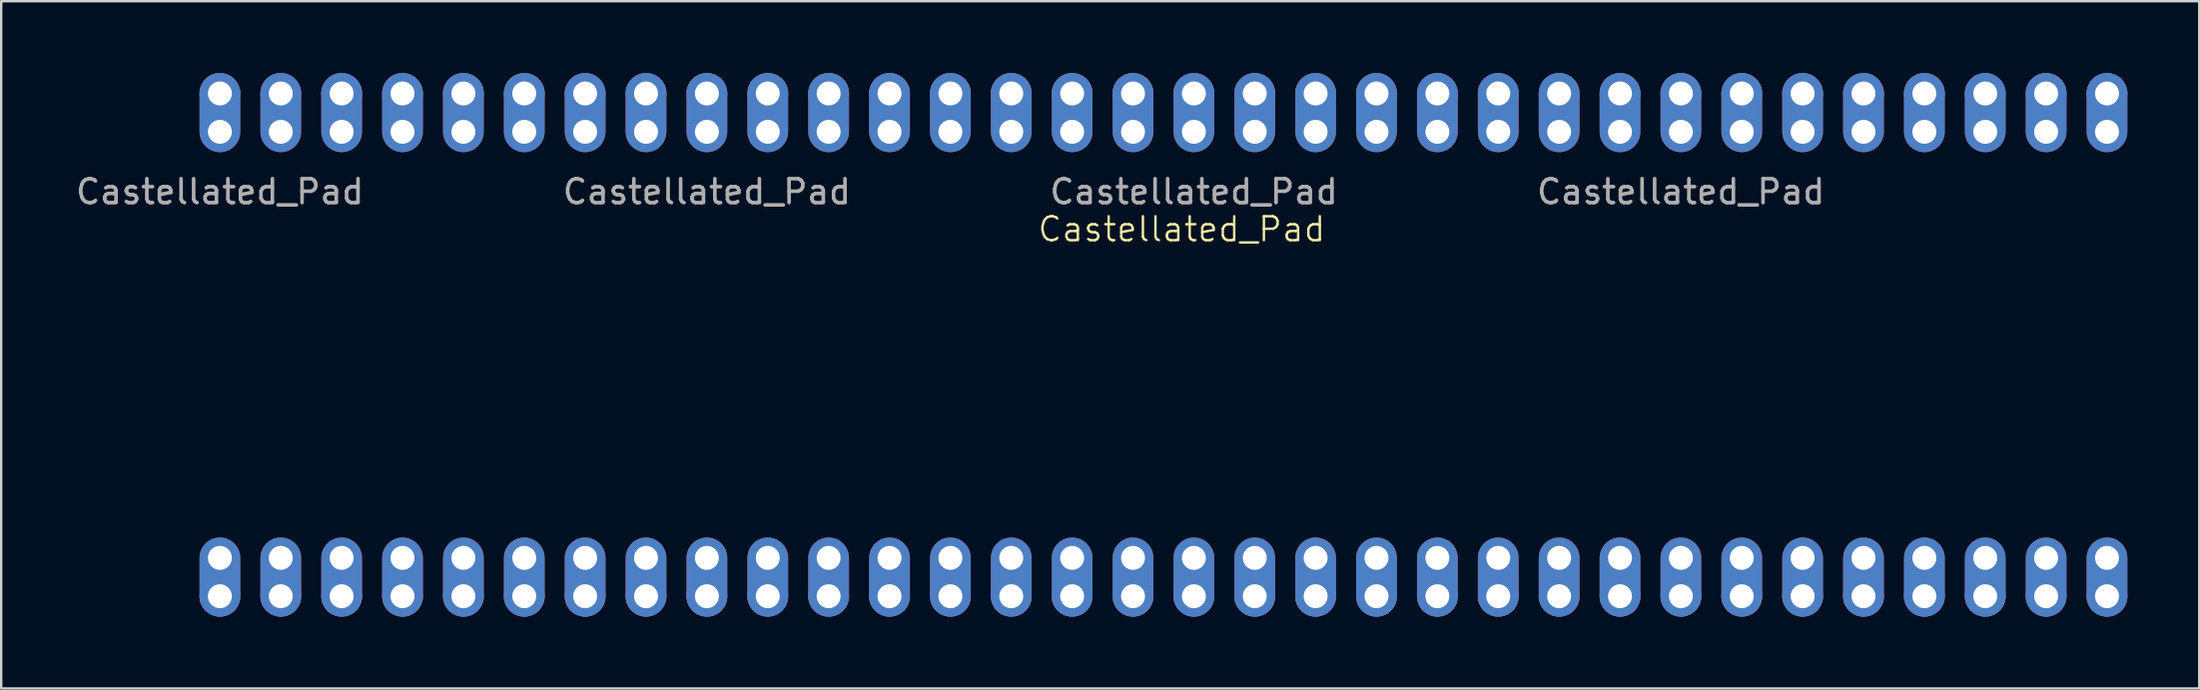
<source format=kicad_pcb>
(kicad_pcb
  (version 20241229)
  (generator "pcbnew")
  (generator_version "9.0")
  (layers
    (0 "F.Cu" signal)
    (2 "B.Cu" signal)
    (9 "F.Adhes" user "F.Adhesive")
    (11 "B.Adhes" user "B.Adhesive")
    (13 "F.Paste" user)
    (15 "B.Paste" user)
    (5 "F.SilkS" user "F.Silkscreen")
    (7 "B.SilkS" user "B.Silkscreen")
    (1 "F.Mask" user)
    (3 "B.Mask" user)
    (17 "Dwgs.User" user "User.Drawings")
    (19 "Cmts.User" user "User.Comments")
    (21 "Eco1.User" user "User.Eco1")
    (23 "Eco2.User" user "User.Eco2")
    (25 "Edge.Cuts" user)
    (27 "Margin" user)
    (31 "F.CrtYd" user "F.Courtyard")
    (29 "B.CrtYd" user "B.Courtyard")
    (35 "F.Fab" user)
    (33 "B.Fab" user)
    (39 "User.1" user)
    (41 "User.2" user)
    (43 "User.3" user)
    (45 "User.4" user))
  (footprint "Castellated_Pad"
    (layer "F.Cu")
    (at 6.125 2.45)
    (property "Reference" "Castellated_Pad" (at 40.132 4.064 0) (unlocked yes) (layer "F.SilkS") (effects (font (size 1 1) (thickness 0.1))))
    (attr smd)
    (fp_text user "${REFERENCE}" (at 20.32 2.5 0) (unlocked yes) (layer "F.Fab") (effects (font (size 1 1) (thickness 0.15))))
    (fp_text user "${REFERENCE}" (at 0 2.5 0) (unlocked yes) (layer "F.Fab") (effects (font (size 1 1) (thickness 0.15))))
    (fp_text user "${REFERENCE}" (at 60.96 2.5 0) (unlocked yes) (layer "F.Fab") (effects (font (size 1 1) (thickness 0.15))))
    (fp_text user "${REFERENCE}" (at 40.64 2.5 0) (unlocked yes) (layer "F.Fab") (effects (font (size 1 1) (thickness 0.15))))
    (pad "1" thru_hole oval (at 0 17.78 180) (size 1.7 3.3) (drill 1 (offset 0 -0.8)) (layers "*.Cu" "*.Mask"))
    (pad "1" thru_hole circle (at 0 19.38 180) (size 1.7 1.7) (drill 1) (layers "*.Cu" "*.Mask"))
    (pad "2" thru_hole oval (at 2.54 17.78 180) (size 1.7 3.3) (drill 1 (offset 0 -0.8)) (layers "*.Cu" "*.Mask"))
    (pad "2" thru_hole circle (at 2.54 19.38 180) (size 1.7 1.7) (drill 1) (layers "*.Cu" "*.Mask"))
    (pad "3" thru_hole oval (at 5.08 17.78 180) (size 1.7 3.3) (drill 1 (offset 0 -0.8)) (layers "*.Cu" "*.Mask"))
    (pad "3" thru_hole circle (at 5.08 19.38 180) (size 1.7 1.7) (drill 1) (layers "*.Cu" "*.Mask"))
    (pad "4" thru_hole oval (at 7.62 17.78 180) (size 1.7 3.3) (drill 1 (offset 0 -0.8)) (layers "*.Cu" "*.Mask"))
    (pad "4" thru_hole circle (at 7.62 19.38 180) (size 1.7 1.7) (drill 1) (layers "*.Cu" "*.Mask"))
    (pad "5" thru_hole oval (at 10.16 17.78 180) (size 1.7 3.3) (drill 1 (offset 0 -0.8)) (layers "*.Cu" "*.Mask"))
    (pad "5" thru_hole circle (at 10.16 19.38 180) (size 1.7 1.7) (drill 1) (layers "*.Cu" "*.Mask"))
    (pad "6" thru_hole oval (at 12.7 17.78 180) (size 1.7 3.3) (drill 1 (offset 0 -0.8)) (layers "*.Cu" "*.Mask"))
    (pad "6" thru_hole circle (at 12.7 19.38 180) (size 1.7 1.7) (drill 1) (layers "*.Cu" "*.Mask"))
    (pad "7" thru_hole oval (at 15.24 17.78 180) (size 1.7 3.3) (drill 1 (offset 0 -0.8)) (layers "*.Cu" "*.Mask"))
    (pad "7" thru_hole circle (at 15.24 19.38 180) (size 1.7 1.7) (drill 1) (layers "*.Cu" "*.Mask"))
    (pad "8" thru_hole oval (at 17.78 17.78 180) (size 1.7 3.3) (drill 1 (offset 0 -0.8)) (layers "*.Cu" "*.Mask"))
    (pad "8" thru_hole circle (at 17.78 19.38 180) (size 1.7 1.7) (drill 1) (layers "*.Cu" "*.Mask"))
    (pad "9" thru_hole oval (at 20.32 17.78 180) (size 1.7 3.3) (drill 1 (offset 0 -0.8)) (layers "*.Cu" "*.Mask"))
    (pad "9" thru_hole circle (at 20.32 19.38 180) (size 1.7 1.7) (drill 1) (layers "*.Cu" "*.Mask"))
    (pad "10" thru_hole oval (at 22.86 17.78 180) (size 1.7 3.3) (drill 1 (offset 0 -0.8)) (layers "*.Cu" "*.Mask"))
    (pad "10" thru_hole circle (at 22.86 19.38 180) (size 1.7 1.7) (drill 1) (layers "*.Cu" "*.Mask"))
    (pad "11" thru_hole oval (at 25.4 17.78 180) (size 1.7 3.3) (drill 1 (offset 0 -0.8)) (layers "*.Cu" "*.Mask"))
    (pad "11" thru_hole circle (at 25.4 19.38 180) (size 1.7 1.7) (drill 1) (layers "*.Cu" "*.Mask"))
    (pad "12" thru_hole oval (at 27.94 17.78 180) (size 1.7 3.3) (drill 1 (offset 0 -0.8)) (layers "*.Cu" "*.Mask"))
    (pad "12" thru_hole circle (at 27.94 19.38 180) (size 1.7 1.7) (drill 1) (layers "*.Cu" "*.Mask"))
    (pad "13" thru_hole oval (at 30.48 17.78 180) (size 1.7 3.3) (drill 1 (offset 0 -0.8)) (layers "*.Cu" "*.Mask"))
    (pad "13" thru_hole circle (at 30.48 19.38 180) (size 1.7 1.7) (drill 1) (layers "*.Cu" "*.Mask"))
    (pad "14" thru_hole oval (at 33.02 17.78 180) (size 1.7 3.3) (drill 1 (offset 0 -0.8)) (layers "*.Cu" "*.Mask"))
    (pad "14" thru_hole circle (at 33.02 19.38 180) (size 1.7 1.7) (drill 1) (layers "*.Cu" "*.Mask"))
    (pad "15" thru_hole oval (at 35.56 17.78 180) (size 1.7 3.3) (drill 1 (offset 0 -0.8)) (layers "*.Cu" "*.Mask"))
    (pad "15" thru_hole circle (at 35.56 19.38 180) (size 1.7 1.7) (drill 1) (layers "*.Cu" "*.Mask"))
    (pad "16" thru_hole oval (at 38.1 17.78 180) (size 1.7 3.3) (drill 1 (offset 0 -0.8)) (layers "*.Cu" "*.Mask"))
    (pad "16" thru_hole circle (at 38.1 19.38 180) (size 1.7 1.7) (drill 1) (layers "*.Cu" "*.Mask"))
    (pad "17" thru_hole oval (at 40.64 17.78 180) (size 1.7 3.3) (drill 1 (offset 0 -0.8)) (layers "*.Cu" "*.Mask"))
    (pad "17" thru_hole circle (at 40.64 19.38 180) (size 1.7 1.7) (drill 1) (layers "*.Cu" "*.Mask"))
    (pad "18" thru_hole oval (at 43.18 17.78 180) (size 1.7 3.3) (drill 1 (offset 0 -0.8)) (layers "*.Cu" "*.Mask"))
    (pad "18" thru_hole circle (at 43.18 19.38 180) (size 1.7 1.7) (drill 1) (layers "*.Cu" "*.Mask"))
    (pad "19" thru_hole oval (at 45.72 17.78 180) (size 1.7 3.3) (drill 1 (offset 0 -0.8)) (layers "*.Cu" "*.Mask"))
    (pad "19" thru_hole circle (at 45.72 19.38 180) (size 1.7 1.7) (drill 1) (layers "*.Cu" "*.Mask"))
    (pad "20" thru_hole oval (at 48.26 17.78 180) (size 1.7 3.3) (drill 1 (offset 0 -0.8)) (layers "*.Cu" "*.Mask"))
    (pad "20" thru_hole circle (at 48.26 19.38 180) (size 1.7 1.7) (drill 1) (layers "*.Cu" "*.Mask"))
    (pad "21" thru_hole oval (at 50.8 17.78 180) (size 1.7 3.3) (drill 1 (offset 0 -0.8)) (layers "*.Cu" "*.Mask"))
    (pad "21" thru_hole circle (at 50.8 19.38 180) (size 1.7 1.7) (drill 1) (layers "*.Cu" "*.Mask"))
    (pad "22" thru_hole oval (at 53.34 17.78 180) (size 1.7 3.3) (drill 1 (offset 0 -0.8)) (layers "*.Cu" "*.Mask"))
    (pad "22" thru_hole circle (at 53.34 19.38 180) (size 1.7 1.7) (drill 1) (layers "*.Cu" "*.Mask"))
    (pad "23" thru_hole oval (at 55.88 17.78 180) (size 1.7 3.3) (drill 1 (offset 0 -0.8)) (layers "*.Cu" "*.Mask"))
    (pad "23" thru_hole circle (at 55.88 19.38 180) (size 1.7 1.7) (drill 1) (layers "*.Cu" "*.Mask"))
    (pad "24" thru_hole oval (at 58.42 17.78 180) (size 1.7 3.3) (drill 1 (offset 0 -0.8)) (layers "*.Cu" "*.Mask"))
    (pad "24" thru_hole circle (at 58.42 19.38 180) (size 1.7 1.7) (drill 1) (layers "*.Cu" "*.Mask"))
    (pad "25" thru_hole oval (at 60.96 17.78 180) (size 1.7 3.3) (drill 1 (offset 0 -0.8)) (layers "*.Cu" "*.Mask"))
    (pad "25" thru_hole circle (at 60.96 19.38 180) (size 1.7 1.7) (drill 1) (layers "*.Cu" "*.Mask"))
    (pad "26" thru_hole oval (at 63.5 17.78 180) (size 1.7 3.3) (drill 1 (offset 0 -0.8)) (layers "*.Cu" "*.Mask"))
    (pad "26" thru_hole circle (at 63.5 19.38 180) (size 1.7 1.7) (drill 1) (layers "*.Cu" "*.Mask"))
    (pad "27" thru_hole oval (at 66.04 17.78 180) (size 1.7 3.3) (drill 1 (offset 0 -0.8)) (layers "*.Cu" "*.Mask"))
    (pad "27" thru_hole circle (at 66.04 19.38 180) (size 1.7 1.7) (drill 1) (layers "*.Cu" "*.Mask"))
    (pad "28" thru_hole oval (at 68.58 17.78 180) (size 1.7 3.3) (drill 1 (offset 0 -0.8)) (layers "*.Cu" "*.Mask"))
    (pad "28" thru_hole circle (at 68.58 19.38 180) (size 1.7 1.7) (drill 1) (layers "*.Cu" "*.Mask"))
    (pad "29" thru_hole oval (at 71.12 17.78 180) (size 1.7 3.3) (drill 1 (offset 0 -0.8)) (layers "*.Cu" "*.Mask"))
    (pad "29" thru_hole circle (at 71.12 19.38 180) (size 1.7 1.7) (drill 1) (layers "*.Cu" "*.Mask"))
    (pad "30" thru_hole oval (at 73.66 17.78 180) (size 1.7 3.3) (drill 1 (offset 0 -0.8)) (layers "*.Cu" "*.Mask"))
    (pad "30" thru_hole circle (at 73.66 19.38 180) (size 1.7 1.7) (drill 1) (layers "*.Cu" "*.Mask"))
    (pad "31" thru_hole oval (at 76.2 17.78 180) (size 1.7 3.3) (drill 1 (offset 0 -0.8)) (layers "*.Cu" "*.Mask"))
    (pad "31" thru_hole circle (at 76.2 19.38 180) (size 1.7 1.7) (drill 1) (layers "*.Cu" "*.Mask"))
    (pad "32" thru_hole oval (at 78.74 17.78 180) (size 1.7 3.3) (drill 1 (offset 0 -0.8)) (layers "*.Cu" "*.Mask"))
    (pad "32" thru_hole circle (at 78.74 19.38 180) (size 1.7 1.7) (drill 1) (layers "*.Cu" "*.Mask"))
    (pad "33" thru_hole circle (at 78.74 -1.6) (size 1.7 1.7) (drill 1) (layers "*.Cu" "*.Mask"))
    (pad "33" thru_hole oval (at 78.74 0) (size 1.7 3.3) (drill 1 (offset 0 -0.8)) (layers "*.Cu" "*.Mask"))
    (pad "34" thru_hole circle (at 76.2 -1.6) (size 1.7 1.7) (drill 1) (layers "*.Cu" "*.Mask"))
    (pad "34" thru_hole oval (at 76.2 0) (size 1.7 3.3) (drill 1 (offset 0 -0.8)) (layers "*.Cu" "*.Mask"))
    (pad "35" thru_hole circle (at 73.66 -1.6) (size 1.7 1.7) (drill 1) (layers "*.Cu" "*.Mask"))
    (pad "35" thru_hole oval (at 73.66 0) (size 1.7 3.3) (drill 1 (offset 0 -0.8)) (layers "*.Cu" "*.Mask"))
    (pad "36" thru_hole circle (at 71.12 -1.6) (size 1.7 1.7) (drill 1) (layers "*.Cu" "*.Mask"))
    (pad "36" thru_hole oval (at 71.12 0) (size 1.7 3.3) (drill 1 (offset 0 -0.8)) (layers "*.Cu" "*.Mask"))
    (pad "37" thru_hole circle (at 68.58 -1.6) (size 1.7 1.7) (drill 1) (layers "*.Cu" "*.Mask"))
    (pad "37" thru_hole oval (at 68.58 0) (size 1.7 3.3) (drill 1 (offset 0 -0.8)) (layers "*.Cu" "*.Mask"))
    (pad "38" thru_hole circle (at 66.04 -1.6) (size 1.7 1.7) (drill 1) (layers "*.Cu" "*.Mask"))
    (pad "38" thru_hole oval (at 66.04 0) (size 1.7 3.3) (drill 1 (offset 0 -0.8)) (layers "*.Cu" "*.Mask"))
    (pad "39" thru_hole circle (at 63.5 -1.6) (size 1.7 1.7) (drill 1) (layers "*.Cu" "*.Mask"))
    (pad "39" thru_hole oval (at 63.5 0) (size 1.7 3.3) (drill 1 (offset 0 -0.8)) (layers "*.Cu" "*.Mask"))
    (pad "40" thru_hole circle (at 60.96 -1.6) (size 1.7 1.7) (drill 1) (layers "*.Cu" "*.Mask"))
    (pad "40" thru_hole oval (at 60.96 0) (size 1.7 3.3) (drill 1 (offset 0 -0.8)) (layers "*.Cu" "*.Mask"))
    (pad "41" thru_hole circle (at 58.42 -1.6) (size 1.7 1.7) (drill 1) (layers "*.Cu" "*.Mask"))
    (pad "41" thru_hole oval (at 58.42 0) (size 1.7 3.3) (drill 1 (offset 0 -0.8)) (layers "*.Cu" "*.Mask"))
    (pad "42" thru_hole circle (at 55.88 -1.6) (size 1.7 1.7) (drill 1) (layers "*.Cu" "*.Mask"))
    (pad "42" thru_hole oval (at 55.88 0) (size 1.7 3.3) (drill 1 (offset 0 -0.8)) (layers "*.Cu" "*.Mask"))
    (pad "43" thru_hole circle (at 53.34 -1.6) (size 1.7 1.7) (drill 1) (layers "*.Cu" "*.Mask"))
    (pad "43" thru_hole oval (at 53.34 0) (size 1.7 3.3) (drill 1 (offset 0 -0.8)) (layers "*.Cu" "*.Mask"))
    (pad "44" thru_hole circle (at 50.8 -1.6) (size 1.7 1.7) (drill 1) (layers "*.Cu" "*.Mask"))
    (pad "44" thru_hole oval (at 50.8 0) (size 1.7 3.3) (drill 1 (offset 0 -0.8)) (layers "*.Cu" "*.Mask"))
    (pad "45" thru_hole circle (at 48.26 -1.6) (size 1.7 1.7) (drill 1) (layers "*.Cu" "*.Mask"))
    (pad "45" thru_hole oval (at 48.26 0) (size 1.7 3.3) (drill 1 (offset 0 -0.8)) (layers "*.Cu" "*.Mask"))
    (pad "46" thru_hole circle (at 45.72 -1.6) (size 1.7 1.7) (drill 1) (layers "*.Cu" "*.Mask"))
    (pad "46" thru_hole oval (at 45.72 0) (size 1.7 3.3) (drill 1 (offset 0 -0.8)) (layers "*.Cu" "*.Mask"))
    (pad "47" thru_hole circle (at 43.18 -1.6) (size 1.7 1.7) (drill 1) (layers "*.Cu" "*.Mask"))
    (pad "47" thru_hole oval (at 43.18 0) (size 1.7 3.3) (drill 1 (offset 0 -0.8)) (layers "*.Cu" "*.Mask"))
    (pad "48" thru_hole circle (at 40.64 -1.6) (size 1.7 1.7) (drill 1) (layers "*.Cu" "*.Mask"))
    (pad "48" thru_hole oval (at 40.64 0) (size 1.7 3.3) (drill 1 (offset 0 -0.8)) (layers "*.Cu" "*.Mask"))
    (pad "49" thru_hole circle (at 38.1 -1.6) (size 1.7 1.7) (drill 1) (layers "*.Cu" "*.Mask"))
    (pad "49" thru_hole oval (at 38.1 0) (size 1.7 3.3) (drill 1 (offset 0 -0.8)) (layers "*.Cu" "*.Mask"))
    (pad "50" thru_hole circle (at 35.56 -1.6) (size 1.7 1.7) (drill 1) (layers "*.Cu" "*.Mask"))
    (pad "50" thru_hole oval (at 35.56 0) (size 1.7 3.3) (drill 1 (offset 0 -0.8)) (layers "*.Cu" "*.Mask"))
    (pad "51" thru_hole circle (at 33.02 -1.6) (size 1.7 1.7) (drill 1) (layers "*.Cu" "*.Mask"))
    (pad "51" thru_hole oval (at 33.02 0) (size 1.7 3.3) (drill 1 (offset 0 -0.8)) (layers "*.Cu" "*.Mask"))
    (pad "52" thru_hole circle (at 30.48 -1.6) (size 1.7 1.7) (drill 1) (layers "*.Cu" "*.Mask"))
    (pad "52" thru_hole oval (at 30.48 0) (size 1.7 3.3) (drill 1 (offset 0 -0.8)) (layers "*.Cu" "*.Mask"))
    (pad "53" thru_hole circle (at 27.94 -1.6) (size 1.7 1.7) (drill 1) (layers "*.Cu" "*.Mask"))
    (pad "53" thru_hole oval (at 27.94 0) (size 1.7 3.3) (drill 1 (offset 0 -0.8)) (layers "*.Cu" "*.Mask"))
    (pad "54" thru_hole circle (at 25.4 -1.6) (size 1.7 1.7) (drill 1) (layers "*.Cu" "*.Mask"))
    (pad "54" thru_hole oval (at 25.4 0) (size 1.7 3.3) (drill 1 (offset 0 -0.8)) (layers "*.Cu" "*.Mask"))
    (pad "55" thru_hole circle (at 22.86 -1.6) (size 1.7 1.7) (drill 1) (layers "*.Cu" "*.Mask"))
    (pad "55" thru_hole oval (at 22.86 0) (size 1.7 3.3) (drill 1 (offset 0 -0.8)) (layers "*.Cu" "*.Mask"))
    (pad "56" thru_hole circle (at 20.32 -1.6) (size 1.7 1.7) (drill 1) (layers "*.Cu" "*.Mask"))
    (pad "56" thru_hole oval (at 20.32 0) (size 1.7 3.3) (drill 1 (offset 0 -0.8)) (layers "*.Cu" "*.Mask"))
    (pad "57" thru_hole circle (at 17.78 -1.6) (size 1.7 1.7) (drill 1) (layers "*.Cu" "*.Mask"))
    (pad "57" thru_hole oval (at 17.78 0) (size 1.7 3.3) (drill 1 (offset 0 -0.8)) (layers "*.Cu" "*.Mask"))
    (pad "58" thru_hole circle (at 15.24 -1.6) (size 1.7 1.7) (drill 1) (layers "*.Cu" "*.Mask"))
    (pad "58" thru_hole oval (at 15.24 0) (size 1.7 3.3) (drill 1 (offset 0 -0.8)) (layers "*.Cu" "*.Mask"))
    (pad "59" thru_hole circle (at 12.7 -1.6) (size 1.7 1.7) (drill 1) (layers "*.Cu" "*.Mask"))
    (pad "59" thru_hole oval (at 12.7 0) (size 1.7 3.3) (drill 1 (offset 0 -0.8)) (layers "*.Cu" "*.Mask"))
    (pad "60" thru_hole circle (at 10.16 -1.6) (size 1.7 1.7) (drill 1) (layers "*.Cu" "*.Mask"))
    (pad "60" thru_hole oval (at 10.16 0) (size 1.7 3.3) (drill 1 (offset 0 -0.8)) (layers "*.Cu" "*.Mask"))
    (pad "61" thru_hole circle (at 7.62 -1.6) (size 1.7 1.7) (drill 1) (layers "*.Cu" "*.Mask"))
    (pad "61" thru_hole oval (at 7.62 0) (size 1.7 3.3) (drill 1 (offset 0 -0.8)) (layers "*.Cu" "*.Mask"))
    (pad "62" thru_hole circle (at 5.08 -1.6) (size 1.7 1.7) (drill 1) (layers "*.Cu" "*.Mask"))
    (pad "62" thru_hole oval (at 5.08 0) (size 1.7 3.3) (drill 1 (offset 0 -0.8)) (layers "*.Cu" "*.Mask"))
    (pad "63" thru_hole circle (at 2.54 -1.6) (size 1.7 1.7) (drill 1) (layers "*.Cu" "*.Mask"))
    (pad "63" thru_hole oval (at 2.54 0) (size 1.7 3.3) (drill 1 (offset 0 -0.8)) (layers "*.Cu" "*.Mask"))
    (pad "64" thru_hole circle (at 0 -1.6) (size 1.7 1.7) (drill 1) (layers "*.Cu" "*.Mask"))
    (pad "64" thru_hole oval (at 0 0) (size 1.7 3.3) (drill 1 (offset 0 -0.8)) (layers "*.Cu" "*.Mask")))
  (gr_rect
    (start -3 -3)
    (end 88.715 25.68)
    (stroke (width 0.1) (type default))
    (fill no)
    (layer "Edge.Cuts")))
</source>
